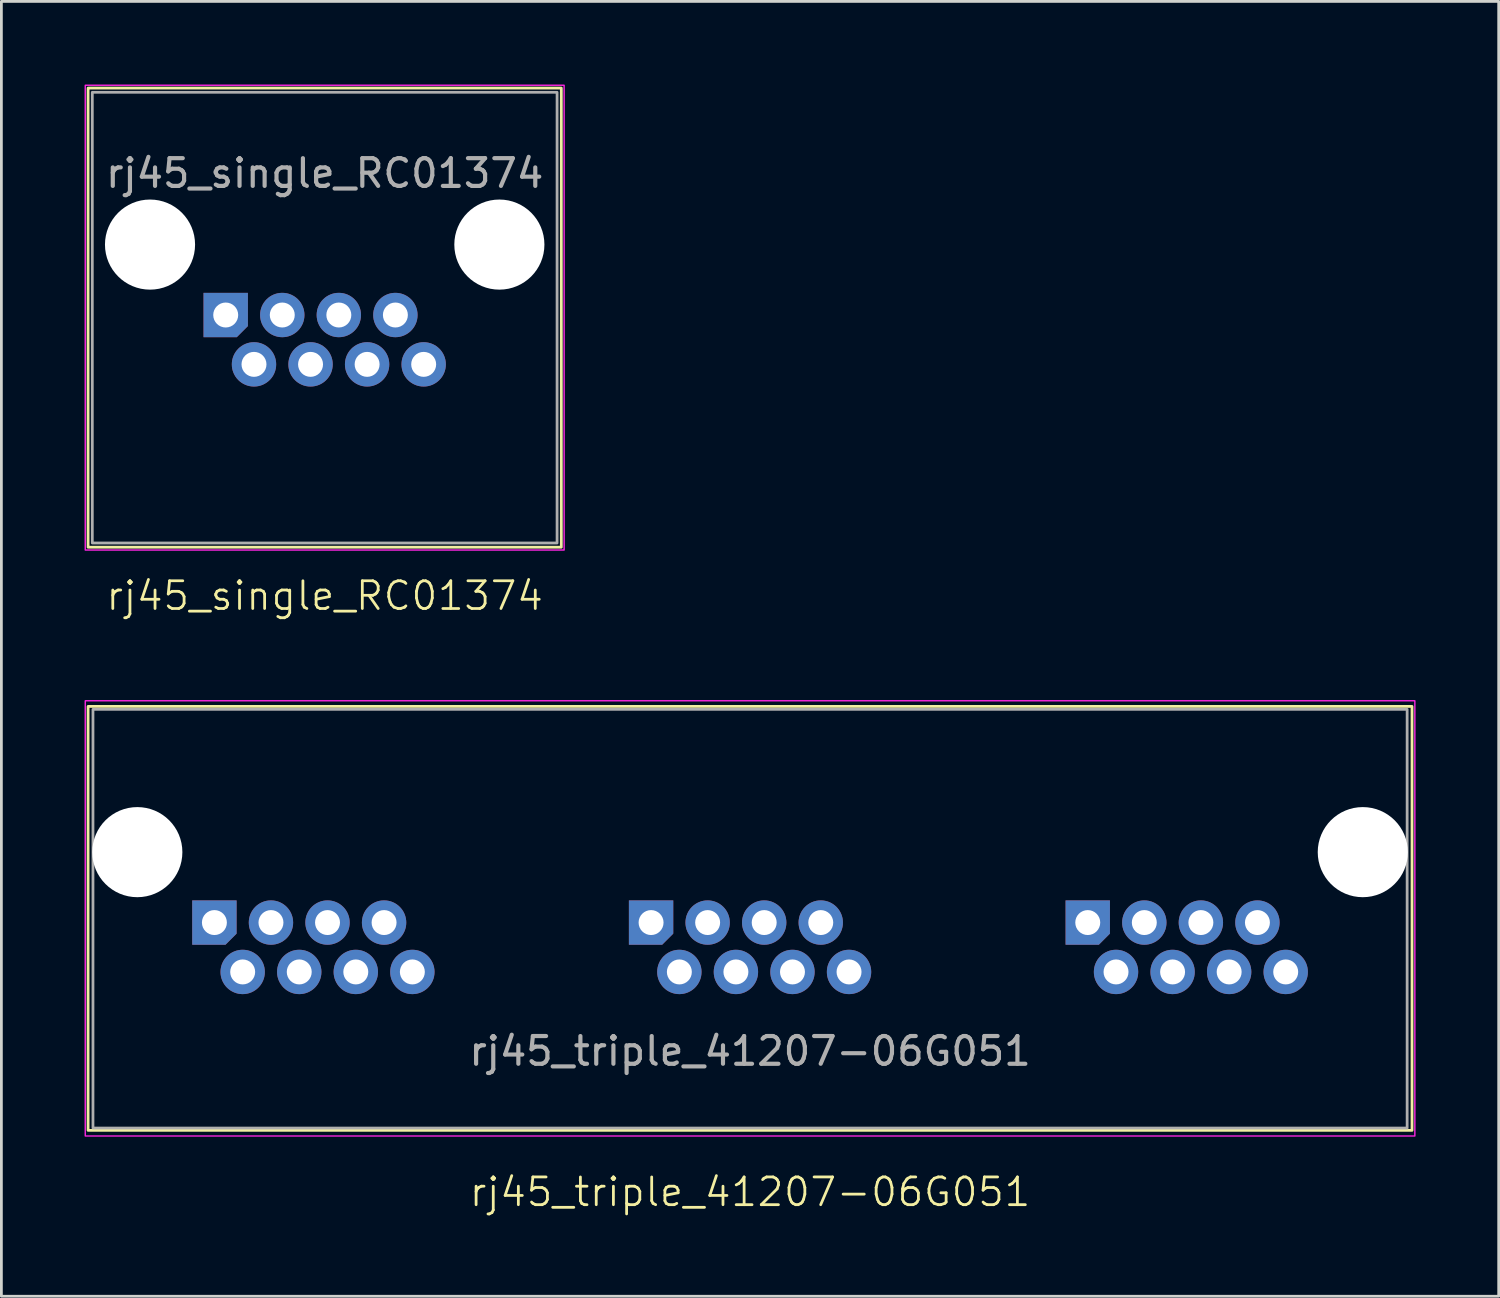
<source format=kicad_pcb>
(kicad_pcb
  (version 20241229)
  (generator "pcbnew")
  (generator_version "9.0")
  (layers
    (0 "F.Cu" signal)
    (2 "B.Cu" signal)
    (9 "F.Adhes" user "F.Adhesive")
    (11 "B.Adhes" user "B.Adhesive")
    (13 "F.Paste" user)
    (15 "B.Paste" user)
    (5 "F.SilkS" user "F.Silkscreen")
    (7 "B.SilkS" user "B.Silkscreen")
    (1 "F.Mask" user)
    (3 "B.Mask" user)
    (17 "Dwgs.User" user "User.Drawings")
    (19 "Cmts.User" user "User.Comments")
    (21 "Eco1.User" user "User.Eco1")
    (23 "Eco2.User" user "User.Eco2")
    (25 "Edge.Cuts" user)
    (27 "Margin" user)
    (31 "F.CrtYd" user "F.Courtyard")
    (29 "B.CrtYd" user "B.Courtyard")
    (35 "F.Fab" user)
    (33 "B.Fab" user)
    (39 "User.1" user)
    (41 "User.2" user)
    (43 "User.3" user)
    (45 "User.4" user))
  (footprint "rj45_triple_41207-06G051"
    (layer "F.Cu")
    (at 24.003 28.513)
    (property "Reference" "rj45_triple_41207-06G051" (at 0 11.43 0) (unlocked yes) (layer "F.SilkS") (effects (font (size 1 1) (thickness 0.1))))
    (attr through_hole)
    (fp_rect (start 23.876 9.207) (end -23.876 -6.084) (stroke (width 0.1) (type default)) (fill no) (layer "F.SilkS"))
    (fp_rect (start 23.978 9.41) (end -23.978 -6.287) (stroke (width 0.05) (type default)) (fill no) (layer "F.CrtYd"))
    (fp_rect (start 23.7 9.123) (end -23.7 -5.978) (stroke (width 0.1) (type default)) (fill no) (layer "F.Fab"))
    (fp_text user "${REFERENCE}" (at 0 6.35 0) (unlocked yes) (layer "F.Fab") (effects (font (size 1 1) (thickness 0.15))))
    (pad "" np_thru_hole circle (at -22.1 -0.828 180) (size 3.25 3.25) (drill 3.25) (layers "*.Cu" "*.Mask"))
    (pad "" np_thru_hole circle (at 22.1 -0.828 180) (size 3.25 3.25) (drill 3.25) (layers "*.Cu" "*.Mask"))
    (pad "1" thru_hole roundrect (at -19.32 1.712 180) (size 1.6 1.6) (drill 0.9) (layers "*.Cu" "*.Mask") (roundrect_rratio 0) (chamfer_ratio 0.25) (chamfer top_left))
    (pad "2" thru_hole circle (at -18.3 3.493 180) (size 1.6 1.6) (drill 0.9) (layers "*.Cu" "*.Mask"))
    (pad "3" thru_hole circle (at -17.28 1.712 180) (size 1.6 1.6) (drill 0.9) (layers "*.Cu" "*.Mask"))
    (pad "4" thru_hole circle (at -16.26 3.493 180) (size 1.6 1.6) (drill 0.9) (layers "*.Cu" "*.Mask"))
    (pad "5" thru_hole circle (at -15.24 1.712 180) (size 1.6 1.6) (drill 0.9) (layers "*.Cu" "*.Mask"))
    (pad "6" thru_hole circle (at -14.22 3.493 180) (size 1.6 1.6) (drill 0.9) (layers "*.Cu" "*.Mask"))
    (pad "7" thru_hole circle (at -13.2 1.712 180) (size 1.6 1.6) (drill 0.9) (layers "*.Cu" "*.Mask"))
    (pad "8" thru_hole circle (at -12.18 3.493 180) (size 1.6 1.6) (drill 0.9) (layers "*.Cu" "*.Mask"))
    (pad "9" thru_hole roundrect (at -3.57 1.712 180) (size 1.6 1.6) (drill 0.9) (layers "*.Cu" "*.Mask") (roundrect_rratio 0) (chamfer_ratio 0.25) (chamfer top_left))
    (pad "10" thru_hole circle (at -2.55 3.493 180) (size 1.6 1.6) (drill 0.9) (layers "*.Cu" "*.Mask"))
    (pad "11" thru_hole circle (at -1.53 1.712 180) (size 1.6 1.6) (drill 0.9) (layers "*.Cu" "*.Mask"))
    (pad "12" thru_hole circle (at -0.51 3.493 180) (size 1.6 1.6) (drill 0.9) (layers "*.Cu" "*.Mask"))
    (pad "13" thru_hole circle (at 0.51 1.712 180) (size 1.6 1.6) (drill 0.9) (layers "*.Cu" "*.Mask"))
    (pad "14" thru_hole circle (at 1.53 3.493 180) (size 1.6 1.6) (drill 0.9) (layers "*.Cu" "*.Mask"))
    (pad "15" thru_hole circle (at 2.55 1.712 180) (size 1.6 1.6) (drill 0.9) (layers "*.Cu" "*.Mask"))
    (pad "16" thru_hole circle (at 3.57 3.493 180) (size 1.6 1.6) (drill 0.9) (layers "*.Cu" "*.Mask"))
    (pad "17" thru_hole roundrect (at 12.18 1.712 180) (size 1.6 1.6) (drill 0.9) (layers "*.Cu" "*.Mask") (roundrect_rratio 0) (chamfer_ratio 0.25) (chamfer top_left))
    (pad "18" thru_hole circle (at 13.2 3.493 180) (size 1.6 1.6) (drill 0.9) (layers "*.Cu" "*.Mask"))
    (pad "19" thru_hole circle (at 14.22 1.712 180) (size 1.6 1.6) (drill 0.9) (layers "*.Cu" "*.Mask"))
    (pad "20" thru_hole circle (at 15.24 3.493 180) (size 1.6 1.6) (drill 0.9) (layers "*.Cu" "*.Mask"))
    (pad "21" thru_hole circle (at 16.26 1.712 180) (size 1.6 1.6) (drill 0.9) (layers "*.Cu" "*.Mask"))
    (pad "22" thru_hole circle (at 17.28 3.493 180) (size 1.6 1.6) (drill 0.9) (layers "*.Cu" "*.Mask"))
    (pad "23" thru_hole circle (at 18.3 1.712 180) (size 1.6 1.6) (drill 0.9) (layers "*.Cu" "*.Mask"))
    (pad "24" thru_hole circle (at 19.32 3.493 180) (size 1.6 1.6) (drill 0.9) (layers "*.Cu" "*.Mask")))
  (footprint "rj45_single_RC01374"
    (layer "F.Cu")
    (at 8.661 7.645)
    (property "Reference" "rj45_single_RC01374" (at 0 10.795 0) (unlocked yes) (layer "F.SilkS") (effects (font (size 1 1) (thickness 0.1))))
    (attr through_hole)
    (fp_rect (start -8.534 -7.518) (end 8.534 9.042) (stroke (width 0.1) (type default)) (fill no) (layer "F.SilkS"))
    (fp_rect (start -8.636 -7.62) (end 8.636 9.144) (stroke (width 0.05) (type default)) (fill no) (layer "F.CrtYd"))
    (fp_rect (start -8.382 -7.366) (end 8.382 8.89) (stroke (width 0.1) (type default)) (fill no) (layer "F.Fab"))
    (fp_text user "${REFERENCE}" (at 0 -4.445 0) (unlocked yes) (layer "F.Fab") (effects (font (size 1 1) (thickness 0.15))))
    (pad "" np_thru_hole circle (at -6.3 -1.873) (size 3.25 3.25) (drill 3.25) (layers "*.Cu" "*.Mask"))
    (pad "" np_thru_hole circle (at 6.3 -1.873) (size 3.25 3.25) (drill 3.25) (layers "*.Cu" "*.Mask"))
    (pad "1" thru_hole roundrect (at -3.57 0.667 180) (size 1.6 1.6) (drill 0.9) (layers "*.Cu" "*.Mask") (roundrect_rratio 0) (chamfer_ratio 0.25) (chamfer top_left))
    (pad "2" thru_hole circle (at -2.55 2.447 180) (size 1.6 1.6) (drill 0.9) (layers "*.Cu" "*.Mask"))
    (pad "3" thru_hole circle (at -1.53 0.667 180) (size 1.6 1.6) (drill 0.9) (layers "*.Cu" "*.Mask"))
    (pad "4" thru_hole circle (at -0.51 2.447 180) (size 1.6 1.6) (drill 0.9) (layers "*.Cu" "*.Mask"))
    (pad "5" thru_hole circle (at 0.51 0.667 180) (size 1.6 1.6) (drill 0.9) (layers "*.Cu" "*.Mask"))
    (pad "6" thru_hole circle (at 1.53 2.447 180) (size 1.6 1.6) (drill 0.9) (layers "*.Cu" "*.Mask"))
    (pad "7" thru_hole circle (at 2.55 0.667 180) (size 1.6 1.6) (drill 0.9) (layers "*.Cu" "*.Mask"))
    (pad "8" thru_hole circle (at 3.57 2.447 180) (size 1.6 1.6) (drill 0.9) (layers "*.Cu" "*.Mask")))
  (gr_rect
    (start -3 -3)
    (end 51.005 43.703)
    (stroke (width 0.1) (type default))
    (fill no)
    (layer "Edge.Cuts")))
</source>
